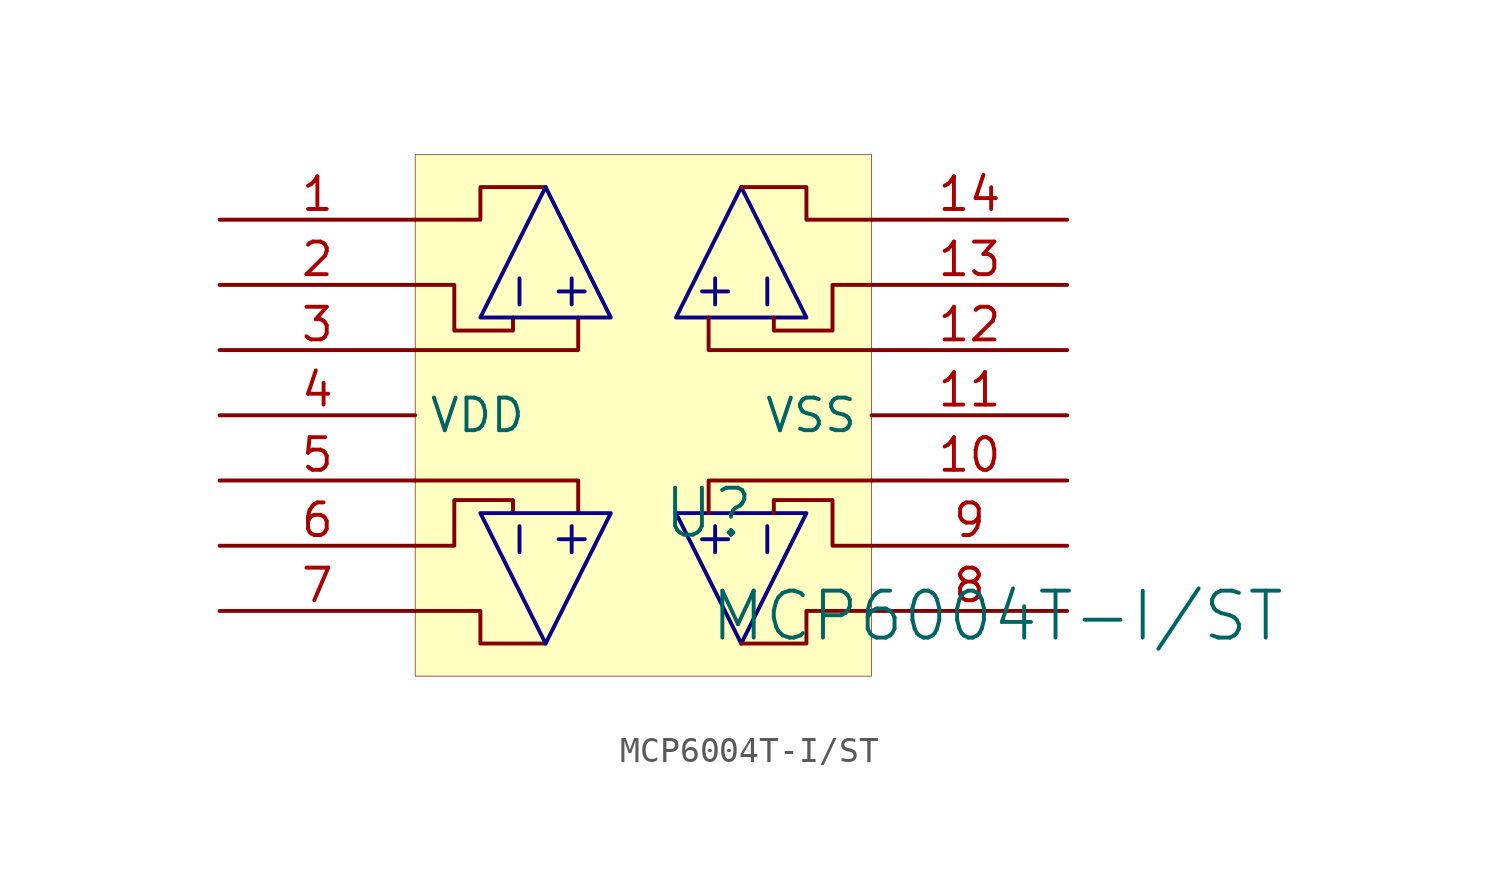
<source format=kicad_sym>
(kicad_symbol_lib
  (version 20241209)
  (generator "kicad_symbol_editor")
  (generator_version "9.0")
  (symbol "MCP6004T-I/ST"
    (property "Reference" "U"
      (at -1.27 1.27 0)
      (effects (font (size 1.829 1.829))))
    (property "Value" "MCP6004T-I/ST"
      (at -1.27 -3.81 0)
      (effects (font (size 1.829 1.829)) (justify left bottom)))
    (symbol "MCP6004T-I/ST_1_0"
      (polyline (pts (xy -12.7 7.62) (xy -6.35 7.62) (xy -6.35 8.89)) (stroke (width 0) (type solid)) (fill (type none)))
      (polyline (pts (xy -12.7 2.54) (xy -6.35 2.54) (xy -6.35 1.27)) (stroke (width 0) (type solid)) (fill (type none)))
      (polyline (pts (xy -8.89 8.89) (xy -8.89 8.382) (xy -11.176 8.382) (xy -11.176 10.16) (xy -12.7 10.16)) (stroke (width 0) (type solid)) (fill (type none)))
      (polyline (pts (xy -8.89 1.27) (xy -8.89 1.778) (xy -11.176 1.778) (xy -11.176 0) (xy -12.7 0)) (stroke (width 0) (type solid)) (fill (type none)))
      (polyline (pts (xy -8.636 9.398) (xy -8.636 10.414)) (stroke (width 0) (type solid) (color 12 0 135 1)) (fill (type none)))
      (polyline (pts (xy -8.636 0.762) (xy -8.636 -0.254)) (stroke (width 0) (type solid) (color 12 0 135 1)) (fill (type none)))
      (polyline (pts (xy -7.62 13.97) (xy -10.16 13.97) (xy -10.16 12.7) (xy -12.7 12.7)) (stroke (width 0) (type solid)) (fill (type none)))
      (polyline (pts (xy -7.62 13.97) (xy -5.08 8.89) (xy -10.16 8.89) (xy -7.62 13.97)) (stroke (width 0) (type solid) (color 12 0 135 1)) (fill (type none)))
      (polyline (pts (xy -7.62 -3.81) (xy -10.16 -3.81) (xy -10.16 -2.54) (xy -12.7 -2.54)) (stroke (width 0) (type solid)) (fill (type none)))
      (polyline (pts (xy -7.62 -3.81) (xy -5.08 1.27) (xy -10.16 1.27) (xy -7.62 -3.81)) (stroke (width 0) (type solid) (color 12 0 135 1)) (fill (type none)))
      (polyline (pts (xy -6.604 9.398) (xy -6.604 10.414)) (stroke (width 0) (type solid) (color 12 0 135 1)) (fill (type none)))
      (polyline (pts (xy -6.604 0.762) (xy -6.604 -0.254)) (stroke (width 0) (type solid) (color 12 0 135 1)) (fill (type none)))
      (polyline (pts (xy -6.096 9.906) (xy -7.112 9.906)) (stroke (width 0) (type solid) (color 12 0 135 1)) (fill (type none)))
      (polyline (pts (xy -6.096 0.254) (xy -7.112 0.254)) (stroke (width 0) (type solid) (color 12 0 135 1)) (fill (type none)))
      (polyline (pts (xy -1.524 9.906) (xy -0.508 9.906)) (stroke (width 0) (type solid) (color 12 0 135 1)) (fill (type none)))
      (polyline (pts (xy -1.524 0.254) (xy -0.508 0.254)) (stroke (width 0) (type solid) (color 12 0 135 1)) (fill (type none)))
      (polyline (pts (xy -1.016 9.398) (xy -1.016 10.414)) (stroke (width 0) (type solid) (color 12 0 135 1)) (fill (type none)))
      (polyline (pts (xy -1.016 0.762) (xy -1.016 -0.254)) (stroke (width 0) (type solid) (color 12 0 135 1)) (fill (type none)))
      (polyline (pts (xy 0 13.97) (xy -2.54 8.89) (xy 2.54 8.89) (xy 0 13.97)) (stroke (width 0) (type solid) (color 12 0 135 1)) (fill (type none)))
      (polyline (pts (xy 0 13.97) (xy 2.54 13.97) (xy 2.54 12.7) (xy 5.08 12.7)) (stroke (width 0) (type solid)) (fill (type none)))
      (polyline (pts (xy 0 -3.81) (xy -2.54 1.27) (xy 2.54 1.27) (xy 0 -3.81)) (stroke (width 0) (type solid) (color 12 0 135 1)) (fill (type none)))
      (polyline (pts (xy 0 -3.81) (xy 2.54 -3.81) (xy 2.54 -2.54) (xy 5.08 -2.54)) (stroke (width 0) (type solid)) (fill (type none)))
      (polyline (pts (xy 1.016 9.398) (xy 1.016 10.414)) (stroke (width 0) (type solid) (color 12 0 135 1)) (fill (type none)))
      (polyline (pts (xy 1.016 0.762) (xy 1.016 -0.254)) (stroke (width 0) (type solid) (color 12 0 135 1)) (fill (type none)))
      (polyline (pts (xy 1.27 8.89) (xy 1.27 8.382) (xy 3.556 8.382) (xy 3.556 10.16) (xy 5.08 10.16)) (stroke (width 0) (type solid)) (fill (type none)))
      (polyline (pts (xy 1.27 1.27) (xy 1.27 1.778) (xy 3.556 1.778) (xy 3.556 0) (xy 5.08 0)) (stroke (width 0) (type solid)) (fill (type none)))
      (rectangle (start 5.08 15.24) (end -12.7 -5.08) (stroke (width 0.025) (type solid) (color 128 0 0 1)) (fill (type background)))
      (polyline (pts (xy 5.08 7.62) (xy -1.27 7.62) (xy -1.27 8.89)) (stroke (width 0) (type solid)) (fill (type none)))
      (polyline (pts (xy 5.08 2.54) (xy -1.27 2.54) (xy -1.27 1.27)) (stroke (width 0) (type solid)) (fill (type none)))
      (pin passive line (at -20.32 12.7 0) (length 7.62) (name "0" (effects (font (size 0 0)))) (number "1" (effects (font (size 1.27 1.27)))))
      (pin passive line (at -20.32 10.16 0) (length 7.62) (name "1" (effects (font (size 0 0)))) (number "2" (effects (font (size 1.27 1.27)))))
      (pin passive line (at -20.32 7.62 0) (length 7.62) (name "2" (effects (font (size 0 0)))) (number "3" (effects (font (size 1.27 1.27)))))
      (pin power_in line (at -20.32 5.08 0) (length 7.62) (name "VDD" (effects (font (size 1.27 1.27)))) (number "4" (effects (font (size 1.27 1.27)))))
      (pin passive line (at -20.32 2.54 0) (length 7.62) (name "4" (effects (font (size 0 0)))) (number "5" (effects (font (size 1.27 1.27)))))
      (pin passive line (at -20.32 0 0) (length 7.62) (name "5" (effects (font (size 0 0)))) (number "6" (effects (font (size 1.27 1.27)))))
      (pin passive line (at -20.32 -2.54 0) (length 7.62) (name "6" (effects (font (size 0 0)))) (number "7" (effects (font (size 1.27 1.27)))))
      (pin passive line (at 12.7 12.7 180) (length 7.62) (name "6" (effects (font (size 0 0)))) (number "14" (effects (font (size 1.27 1.27)))))
      (pin passive line (at 12.7 10.16 180) (length 7.62) (name "5" (effects (font (size 0 0)))) (number "13" (effects (font (size 1.27 1.27)))))
      (pin passive line (at 12.7 7.62 180) (length 7.62) (name "4" (effects (font (size 0 0)))) (number "12" (effects (font (size 1.27 1.27)))))
      (pin power_in line (at 12.7 5.08 180) (length 7.62) (name "VSS" (effects (font (size 1.27 1.27)))) (number "11" (effects (font (size 1.27 1.27)))))
      (pin passive line (at 12.7 2.54 180) (length 7.62) (name "2" (effects (font (size 0 0)))) (number "10" (effects (font (size 1.27 1.27)))))
      (pin passive line (at 12.7 0 180) (length 7.62) (name "1" (effects (font (size 0 0)))) (number "9" (effects (font (size 1.27 1.27)))))
      (pin passive line (at 12.7 -2.54 180) (length 7.62) (name "0" (effects (font (size 0 0)))) (number "8" (effects (font (size 1.27 1.27))))))))
</source>
